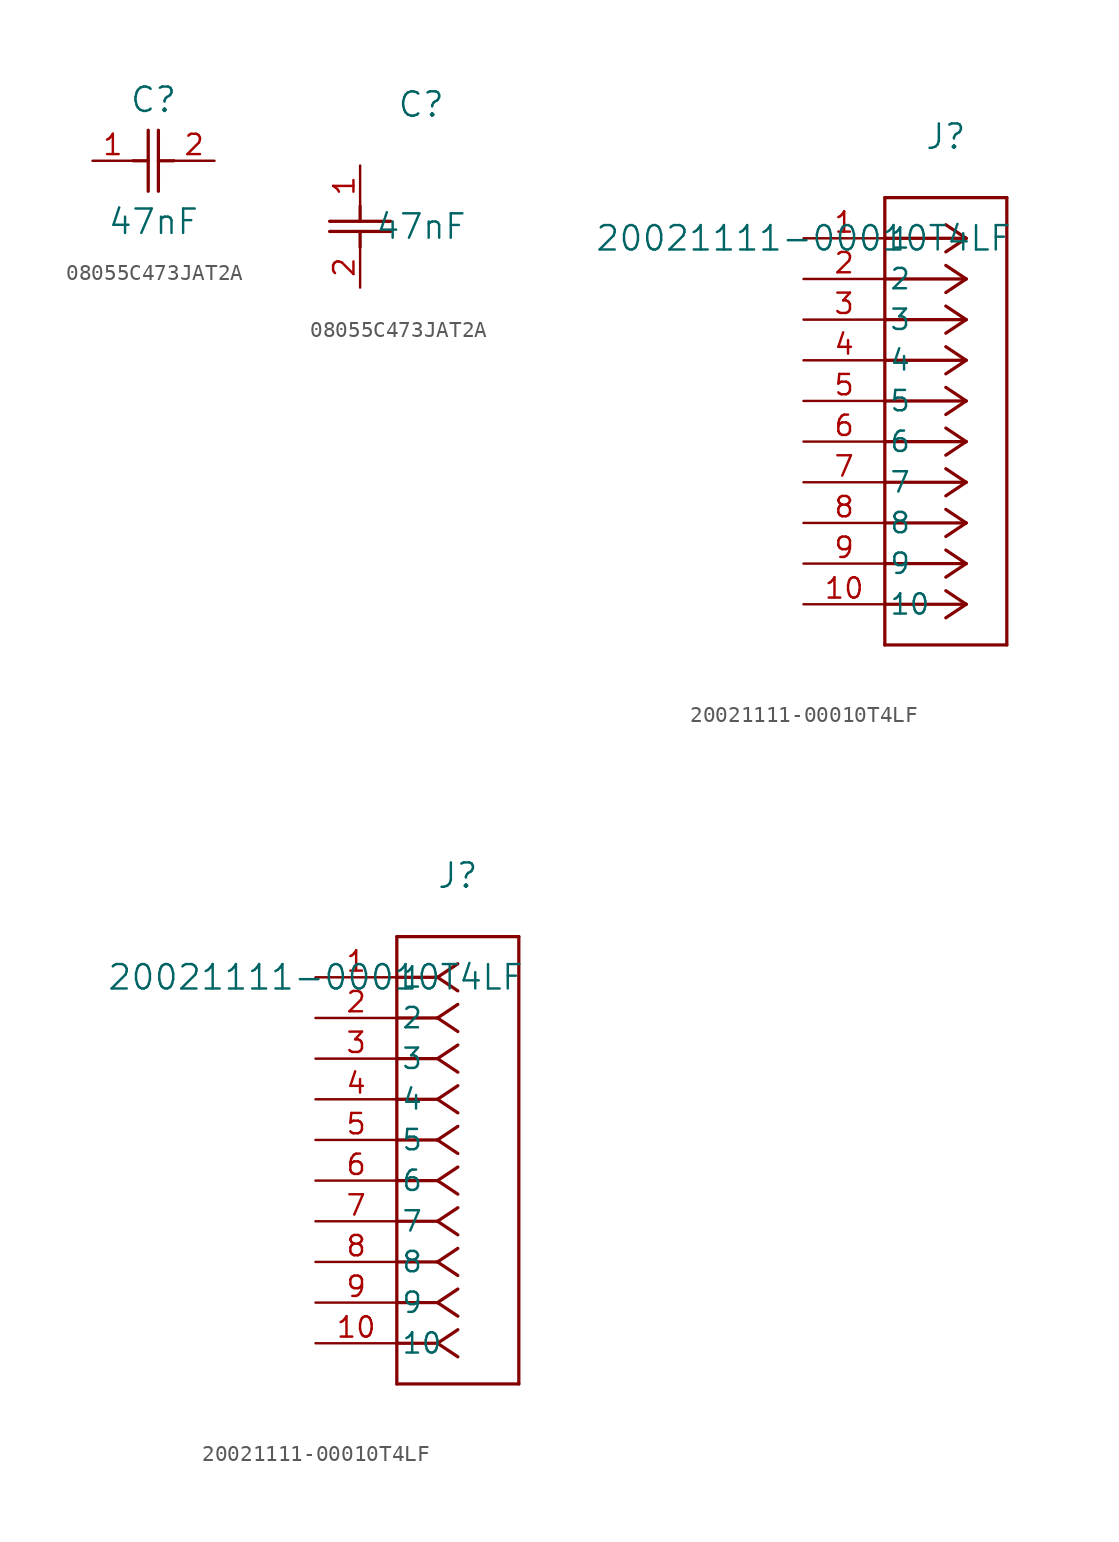
<source format=kicad_sym>
(kicad_symbol_lib
  (version 20231120)
  (generator "kicad_symbol_editor")
  (generator_version "8.0")
  (symbol "08055C473JAT2A"
    (pin_names
      (offset 0.254))
    (property "Reference" "C"
      (at 3.81 3.81 0)
      (effects (font (size 1.524 1.524))))
    (property "Value" "47nF"
      (at 3.81 -3.81 0)
      (effects (font (size 1.524 1.524))))
    (symbol "08055C473JAT2A_1_1"
      (polyline (pts (xy 2.54 0) (xy 3.48 0)) (stroke (width 0.203) (type default)) (fill (type none)))
      (polyline (pts (xy 3.48 -1.905) (xy 3.48 1.905)) (stroke (width 0.203) (type default)) (fill (type none)))
      (polyline (pts (xy 4.115 -1.905) (xy 4.115 1.905)) (stroke (width 0.203) (type default)) (fill (type none)))
      (polyline (pts (xy 4.115 0) (xy 5.08 0)) (stroke (width 0.203) (type default)) (fill (type none)))
      (pin unspecified line (at 0 0 0) (length 2.54) (name "" (effects (font (size 1.27 1.27)))) (number "1" (effects (font (size 1.27 1.27)))))
      (pin unspecified line (at 7.62 0 180) (length 2.54) (name "" (effects (font (size 1.27 1.27)))) (number "2" (effects (font (size 1.27 1.27))))))
    (symbol "08055C473JAT2A_1_2"
      (polyline (pts (xy -1.905 -4.115) (xy 1.905 -4.115)) (stroke (width 0.203) (type default)) (fill (type none)))
      (polyline (pts (xy -1.905 -3.48) (xy 1.905 -3.48)) (stroke (width 0.203) (type default)) (fill (type none)))
      (polyline (pts (xy 0 -4.115) (xy 0 -5.08)) (stroke (width 0.203) (type default)) (fill (type none)))
      (polyline (pts (xy 0 -2.54) (xy 0 -3.48)) (stroke (width 0.203) (type default)) (fill (type none)))
      (pin unspecified line (at 0 0 270) (length 2.54) (name "" (effects (font (size 1.27 1.27)))) (number "1" (effects (font (size 1.27 1.27)))))
      (pin unspecified line (at 0 -7.62 90) (length 2.54) (name "" (effects (font (size 1.27 1.27)))) (number "2" (effects (font (size 1.27 1.27)))))))
  (symbol "20021111-00010T4LF"
    (pin_names
      (offset 0.254))
    (property "Reference" "J"
      (at 8.89 6.35 0)
      (effects (font (size 1.524 1.524))))
    (property "Value" "20021111-00010T4LF"
      (at 0 0 0)
      (effects (font (size 1.524 1.524))))
    (property "ki_locked" ""
      (at 0 0 0)
      (effects (font (size 1.27 1.27))))
    (symbol "20021111-00010T4LF_1_1"
      (polyline (pts (xy 5.08 -25.4) (xy 12.7 -25.4)) (stroke (width 0.203) (type default)) (fill (type none)))
      (polyline (pts (xy 5.08 2.54) (xy 5.08 -25.4)) (stroke (width 0.203) (type default)) (fill (type none)))
      (polyline (pts (xy 10.16 -22.86) (xy 5.08 -22.86)) (stroke (width 0.203) (type default)) (fill (type none)))
      (polyline (pts (xy 10.16 -22.86) (xy 8.89 -23.707)) (stroke (width 0.203) (type default)) (fill (type none)))
      (polyline (pts (xy 10.16 -22.86) (xy 8.89 -22.013)) (stroke (width 0.203) (type default)) (fill (type none)))
      (polyline (pts (xy 10.16 -20.32) (xy 5.08 -20.32)) (stroke (width 0.203) (type default)) (fill (type none)))
      (polyline (pts (xy 10.16 -20.32) (xy 8.89 -21.167)) (stroke (width 0.203) (type default)) (fill (type none)))
      (polyline (pts (xy 10.16 -20.32) (xy 8.89 -19.473)) (stroke (width 0.203) (type default)) (fill (type none)))
      (polyline (pts (xy 10.16 -17.78) (xy 5.08 -17.78)) (stroke (width 0.203) (type default)) (fill (type none)))
      (polyline (pts (xy 10.16 -17.78) (xy 8.89 -18.627)) (stroke (width 0.203) (type default)) (fill (type none)))
      (polyline (pts (xy 10.16 -17.78) (xy 8.89 -16.933)) (stroke (width 0.203) (type default)) (fill (type none)))
      (polyline (pts (xy 10.16 -15.24) (xy 5.08 -15.24)) (stroke (width 0.203) (type default)) (fill (type none)))
      (polyline (pts (xy 10.16 -15.24) (xy 8.89 -16.087)) (stroke (width 0.203) (type default)) (fill (type none)))
      (polyline (pts (xy 10.16 -15.24) (xy 8.89 -14.393)) (stroke (width 0.203) (type default)) (fill (type none)))
      (polyline (pts (xy 10.16 -12.7) (xy 5.08 -12.7)) (stroke (width 0.203) (type default)) (fill (type none)))
      (polyline (pts (xy 10.16 -12.7) (xy 8.89 -13.547)) (stroke (width 0.203) (type default)) (fill (type none)))
      (polyline (pts (xy 10.16 -12.7) (xy 8.89 -11.853)) (stroke (width 0.203) (type default)) (fill (type none)))
      (polyline (pts (xy 10.16 -10.16) (xy 5.08 -10.16)) (stroke (width 0.203) (type default)) (fill (type none)))
      (polyline (pts (xy 10.16 -10.16) (xy 8.89 -11.007)) (stroke (width 0.203) (type default)) (fill (type none)))
      (polyline (pts (xy 10.16 -10.16) (xy 8.89 -9.313)) (stroke (width 0.203) (type default)) (fill (type none)))
      (polyline (pts (xy 10.16 -7.62) (xy 5.08 -7.62)) (stroke (width 0.203) (type default)) (fill (type none)))
      (polyline (pts (xy 10.16 -7.62) (xy 8.89 -8.467)) (stroke (width 0.203) (type default)) (fill (type none)))
      (polyline (pts (xy 10.16 -7.62) (xy 8.89 -6.773)) (stroke (width 0.203) (type default)) (fill (type none)))
      (polyline (pts (xy 10.16 -5.08) (xy 5.08 -5.08)) (stroke (width 0.203) (type default)) (fill (type none)))
      (polyline (pts (xy 10.16 -5.08) (xy 8.89 -5.927)) (stroke (width 0.203) (type default)) (fill (type none)))
      (polyline (pts (xy 10.16 -5.08) (xy 8.89 -4.233)) (stroke (width 0.203) (type default)) (fill (type none)))
      (polyline (pts (xy 10.16 -2.54) (xy 5.08 -2.54)) (stroke (width 0.203) (type default)) (fill (type none)))
      (polyline (pts (xy 10.16 -2.54) (xy 8.89 -3.387)) (stroke (width 0.203) (type default)) (fill (type none)))
      (polyline (pts (xy 10.16 -2.54) (xy 8.89 -1.693)) (stroke (width 0.203) (type default)) (fill (type none)))
      (polyline (pts (xy 10.16 0) (xy 5.08 0)) (stroke (width 0.203) (type default)) (fill (type none)))
      (polyline (pts (xy 10.16 0) (xy 8.89 -0.847)) (stroke (width 0.203) (type default)) (fill (type none)))
      (polyline (pts (xy 10.16 0) (xy 8.89 0.847)) (stroke (width 0.203) (type default)) (fill (type none)))
      (polyline (pts (xy 12.7 -25.4) (xy 12.7 2.54)) (stroke (width 0.203) (type default)) (fill (type none)))
      (polyline (pts (xy 12.7 2.54) (xy 5.08 2.54)) (stroke (width 0.203) (type default)) (fill (type none)))
      (pin unspecified line (at 0 0 0) (length 5.08) (name "1" (effects (font (size 1.27 1.27)))) (number "1" (effects (font (size 1.27 1.27)))))
      (pin unspecified line (at 0 -22.86 0) (length 5.08) (name "10" (effects (font (size 1.27 1.27)))) (number "10" (effects (font (size 1.27 1.27)))))
      (pin unspecified line (at 0 -2.54 0) (length 5.08) (name "2" (effects (font (size 1.27 1.27)))) (number "2" (effects (font (size 1.27 1.27)))))
      (pin unspecified line (at 0 -5.08 0) (length 5.08) (name "3" (effects (font (size 1.27 1.27)))) (number "3" (effects (font (size 1.27 1.27)))))
      (pin unspecified line (at 0 -7.62 0) (length 5.08) (name "4" (effects (font (size 1.27 1.27)))) (number "4" (effects (font (size 1.27 1.27)))))
      (pin unspecified line (at 0 -10.16 0) (length 5.08) (name "5" (effects (font (size 1.27 1.27)))) (number "5" (effects (font (size 1.27 1.27)))))
      (pin unspecified line (at 0 -12.7 0) (length 5.08) (name "6" (effects (font (size 1.27 1.27)))) (number "6" (effects (font (size 1.27 1.27)))))
      (pin unspecified line (at 0 -15.24 0) (length 5.08) (name "7" (effects (font (size 1.27 1.27)))) (number "7" (effects (font (size 1.27 1.27)))))
      (pin unspecified line (at 0 -17.78 0) (length 5.08) (name "8" (effects (font (size 1.27 1.27)))) (number "8" (effects (font (size 1.27 1.27)))))
      (pin unspecified line (at 0 -20.32 0) (length 5.08) (name "9" (effects (font (size 1.27 1.27)))) (number "9" (effects (font (size 1.27 1.27))))))
    (symbol "20021111-00010T4LF_1_2"
      (polyline (pts (xy 5.08 -25.4) (xy 12.7 -25.4)) (stroke (width 0.203) (type default)) (fill (type none)))
      (polyline (pts (xy 5.08 2.54) (xy 5.08 -25.4)) (stroke (width 0.203) (type default)) (fill (type none)))
      (polyline (pts (xy 7.62 -22.86) (xy 5.08 -22.86)) (stroke (width 0.203) (type default)) (fill (type none)))
      (polyline (pts (xy 7.62 -22.86) (xy 8.89 -23.707)) (stroke (width 0.203) (type default)) (fill (type none)))
      (polyline (pts (xy 7.62 -22.86) (xy 8.89 -22.013)) (stroke (width 0.203) (type default)) (fill (type none)))
      (polyline (pts (xy 7.62 -20.32) (xy 5.08 -20.32)) (stroke (width 0.203) (type default)) (fill (type none)))
      (polyline (pts (xy 7.62 -20.32) (xy 8.89 -21.167)) (stroke (width 0.203) (type default)) (fill (type none)))
      (polyline (pts (xy 7.62 -20.32) (xy 8.89 -19.473)) (stroke (width 0.203) (type default)) (fill (type none)))
      (polyline (pts (xy 7.62 -17.78) (xy 5.08 -17.78)) (stroke (width 0.203) (type default)) (fill (type none)))
      (polyline (pts (xy 7.62 -17.78) (xy 8.89 -18.627)) (stroke (width 0.203) (type default)) (fill (type none)))
      (polyline (pts (xy 7.62 -17.78) (xy 8.89 -16.933)) (stroke (width 0.203) (type default)) (fill (type none)))
      (polyline (pts (xy 7.62 -15.24) (xy 5.08 -15.24)) (stroke (width 0.203) (type default)) (fill (type none)))
      (polyline (pts (xy 7.62 -15.24) (xy 8.89 -16.087)) (stroke (width 0.203) (type default)) (fill (type none)))
      (polyline (pts (xy 7.62 -15.24) (xy 8.89 -14.393)) (stroke (width 0.203) (type default)) (fill (type none)))
      (polyline (pts (xy 7.62 -12.7) (xy 5.08 -12.7)) (stroke (width 0.203) (type default)) (fill (type none)))
      (polyline (pts (xy 7.62 -12.7) (xy 8.89 -13.547)) (stroke (width 0.203) (type default)) (fill (type none)))
      (polyline (pts (xy 7.62 -12.7) (xy 8.89 -11.853)) (stroke (width 0.203) (type default)) (fill (type none)))
      (polyline (pts (xy 7.62 -10.16) (xy 5.08 -10.16)) (stroke (width 0.203) (type default)) (fill (type none)))
      (polyline (pts (xy 7.62 -10.16) (xy 8.89 -11.007)) (stroke (width 0.203) (type default)) (fill (type none)))
      (polyline (pts (xy 7.62 -10.16) (xy 8.89 -9.313)) (stroke (width 0.203) (type default)) (fill (type none)))
      (polyline (pts (xy 7.62 -7.62) (xy 5.08 -7.62)) (stroke (width 0.203) (type default)) (fill (type none)))
      (polyline (pts (xy 7.62 -7.62) (xy 8.89 -8.467)) (stroke (width 0.203) (type default)) (fill (type none)))
      (polyline (pts (xy 7.62 -7.62) (xy 8.89 -6.773)) (stroke (width 0.203) (type default)) (fill (type none)))
      (polyline (pts (xy 7.62 -5.08) (xy 5.08 -5.08)) (stroke (width 0.203) (type default)) (fill (type none)))
      (polyline (pts (xy 7.62 -5.08) (xy 8.89 -5.927)) (stroke (width 0.203) (type default)) (fill (type none)))
      (polyline (pts (xy 7.62 -5.08) (xy 8.89 -4.233)) (stroke (width 0.203) (type default)) (fill (type none)))
      (polyline (pts (xy 7.62 -2.54) (xy 5.08 -2.54)) (stroke (width 0.203) (type default)) (fill (type none)))
      (polyline (pts (xy 7.62 -2.54) (xy 8.89 -3.387)) (stroke (width 0.203) (type default)) (fill (type none)))
      (polyline (pts (xy 7.62 -2.54) (xy 8.89 -1.693)) (stroke (width 0.203) (type default)) (fill (type none)))
      (polyline (pts (xy 7.62 0) (xy 5.08 0)) (stroke (width 0.203) (type default)) (fill (type none)))
      (polyline (pts (xy 7.62 0) (xy 8.89 -0.847)) (stroke (width 0.203) (type default)) (fill (type none)))
      (polyline (pts (xy 7.62 0) (xy 8.89 0.847)) (stroke (width 0.203) (type default)) (fill (type none)))
      (polyline (pts (xy 12.7 -25.4) (xy 12.7 2.54)) (stroke (width 0.203) (type default)) (fill (type none)))
      (polyline (pts (xy 12.7 2.54) (xy 5.08 2.54)) (stroke (width 0.203) (type default)) (fill (type none)))
      (pin unspecified line (at 0 0 0) (length 5.08) (name "1" (effects (font (size 1.27 1.27)))) (number "1" (effects (font (size 1.27 1.27)))))
      (pin unspecified line (at 0 -22.86 0) (length 5.08) (name "10" (effects (font (size 1.27 1.27)))) (number "10" (effects (font (size 1.27 1.27)))))
      (pin unspecified line (at 0 -2.54 0) (length 5.08) (name "2" (effects (font (size 1.27 1.27)))) (number "2" (effects (font (size 1.27 1.27)))))
      (pin unspecified line (at 0 -5.08 0) (length 5.08) (name "3" (effects (font (size 1.27 1.27)))) (number "3" (effects (font (size 1.27 1.27)))))
      (pin unspecified line (at 0 -7.62 0) (length 5.08) (name "4" (effects (font (size 1.27 1.27)))) (number "4" (effects (font (size 1.27 1.27)))))
      (pin unspecified line (at 0 -10.16 0) (length 5.08) (name "5" (effects (font (size 1.27 1.27)))) (number "5" (effects (font (size 1.27 1.27)))))
      (pin unspecified line (at 0 -12.7 0) (length 5.08) (name "6" (effects (font (size 1.27 1.27)))) (number "6" (effects (font (size 1.27 1.27)))))
      (pin unspecified line (at 0 -15.24 0) (length 5.08) (name "7" (effects (font (size 1.27 1.27)))) (number "7" (effects (font (size 1.27 1.27)))))
      (pin unspecified line (at 0 -17.78 0) (length 5.08) (name "8" (effects (font (size 1.27 1.27)))) (number "8" (effects (font (size 1.27 1.27)))))
      (pin unspecified line (at 0 -20.32 0) (length 5.08) (name "9" (effects (font (size 1.27 1.27)))) (number "9" (effects (font (size 1.27 1.27))))))))
</source>
